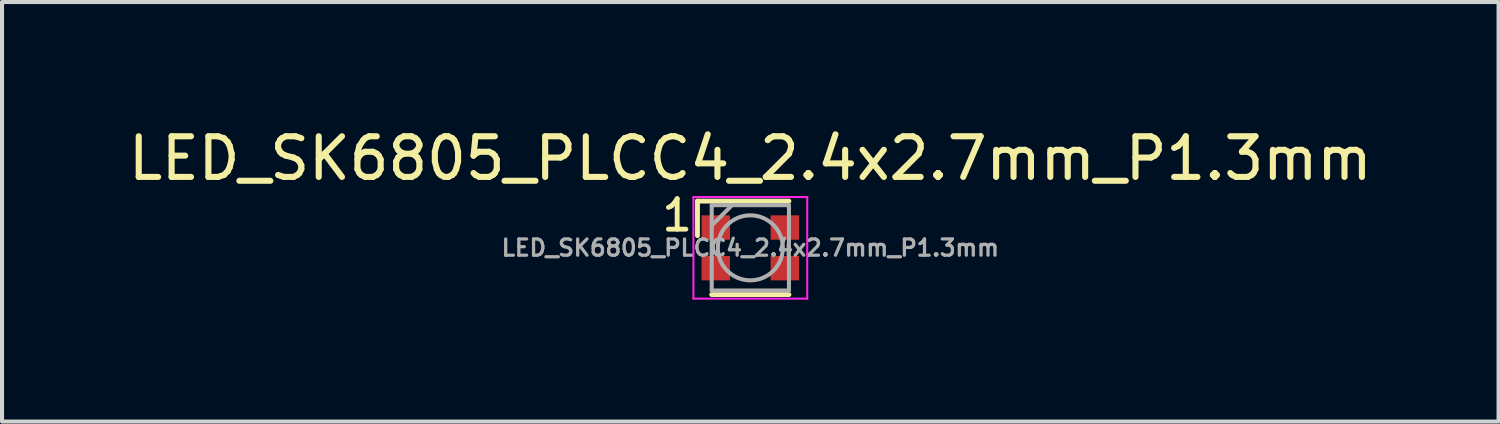
<source format=kicad_pcb>
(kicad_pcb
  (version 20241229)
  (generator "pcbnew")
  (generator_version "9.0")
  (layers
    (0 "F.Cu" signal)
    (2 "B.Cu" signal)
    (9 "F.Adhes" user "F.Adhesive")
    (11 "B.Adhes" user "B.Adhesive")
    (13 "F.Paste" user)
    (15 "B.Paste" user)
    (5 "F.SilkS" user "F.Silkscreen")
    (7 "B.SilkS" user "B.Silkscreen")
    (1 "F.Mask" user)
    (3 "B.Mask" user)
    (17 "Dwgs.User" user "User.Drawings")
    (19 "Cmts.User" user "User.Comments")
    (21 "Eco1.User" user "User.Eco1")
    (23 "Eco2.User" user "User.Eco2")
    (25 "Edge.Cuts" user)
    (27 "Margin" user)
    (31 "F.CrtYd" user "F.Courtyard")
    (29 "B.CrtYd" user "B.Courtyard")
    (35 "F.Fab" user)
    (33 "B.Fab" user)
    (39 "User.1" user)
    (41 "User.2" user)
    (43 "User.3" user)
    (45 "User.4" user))
  (footprint "LED_SK6805_PLCC4_2.4x2.7mm_P1.3mm"
    (layer "F.Cu")
    (at 15.411 3.048)
    (property "Reference" "LED_SK6805_PLCC4_2.4x2.7mm_P1.3mm" (at 0 -2.2 0) (layer "F.SilkS") (effects (font (size 1 1) (thickness 0.15))))
    (attr smd)
    (fp_line (start -1.3 -1.15) (end 0.95 -1.15) (stroke (width 0.12) (type solid)) (layer "F.SilkS"))
    (fp_line (start -1.3 -0.3) (end -1.3 -1.15) (stroke (width 0.12) (type solid)) (layer "F.SilkS"))
    (fp_line (start -0.95 1.15) (end 0.95 1.15) (stroke (width 0.12) (type solid)) (layer "F.SilkS"))
    (fp_line (start -1.4 -1.25) (end -1.4 1.25) (stroke (width 0.05) (type solid)) (layer "F.CrtYd"))
    (fp_line (start -1.4 1.25) (end 1.4 1.25) (stroke (width 0.05) (type solid)) (layer "F.CrtYd"))
    (fp_line (start 1.4 -1.25) (end -1.4 -1.25) (stroke (width 0.05) (type solid)) (layer "F.CrtYd"))
    (fp_line (start 1.4 1.25) (end 1.4 -1.25) (stroke (width 0.05) (type solid)) (layer "F.CrtYd"))
    (fp_line (start -0.95 -1.05) (end -0.95 1.05) (stroke (width 0.1) (type solid)) (layer "F.Fab"))
    (fp_line (start -0.95 1.05) (end 0.95 1.05) (stroke (width 0.1) (type solid)) (layer "F.Fab"))
    (fp_line (start -0.45 -1.05) (end -0.95 -0.55) (stroke (width 0.1) (type solid)) (layer "F.Fab"))
    (fp_line (start 0.95 -1.05) (end -0.95 -1.05) (stroke (width 0.1) (type solid)) (layer "F.Fab"))
    (fp_line (start 0.95 1.05) (end 0.95 -1.05) (stroke (width 0.1) (type solid)) (layer "F.Fab"))
    (fp_circle (center 0 0) (end 0.8 0) (stroke (width 0.1) (type solid)) (fill no) (layer "F.Fab"))
    (fp_text user "1" (at -1.8 -0.8 0) (layer "F.SilkS") (effects (font (size 0.75 0.75) (thickness 0.12))))
    (fp_text user "${REFERENCE}" (at 0 0 0) (layer "F.Fab") (effects (font (size 0.4 0.4) (thickness 0.08))))
    (pad "1" smd rect (at -0.85 -0.5) (size 0.7 0.6) (layers "F.Cu" "F.Mask" "F.Paste"))
    (pad "2" smd rect (at -0.85 0.5) (size 0.7 0.6) (layers "F.Cu" "F.Mask" "F.Paste"))
    (pad "3" smd rect (at 0.85 0.5) (size 0.7 0.6) (layers "F.Cu" "F.Mask" "F.Paste"))
    (pad "4" smd rect (at 0.85 -0.5) (size 0.7 0.6) (layers "F.Cu" "F.Mask" "F.Paste")))
  (gr_rect
    (start -3 -3)
    (end 33.821 7.323)
    (stroke (width 0.1) (type default))
    (fill no)
    (layer "Edge.Cuts")))
</source>
